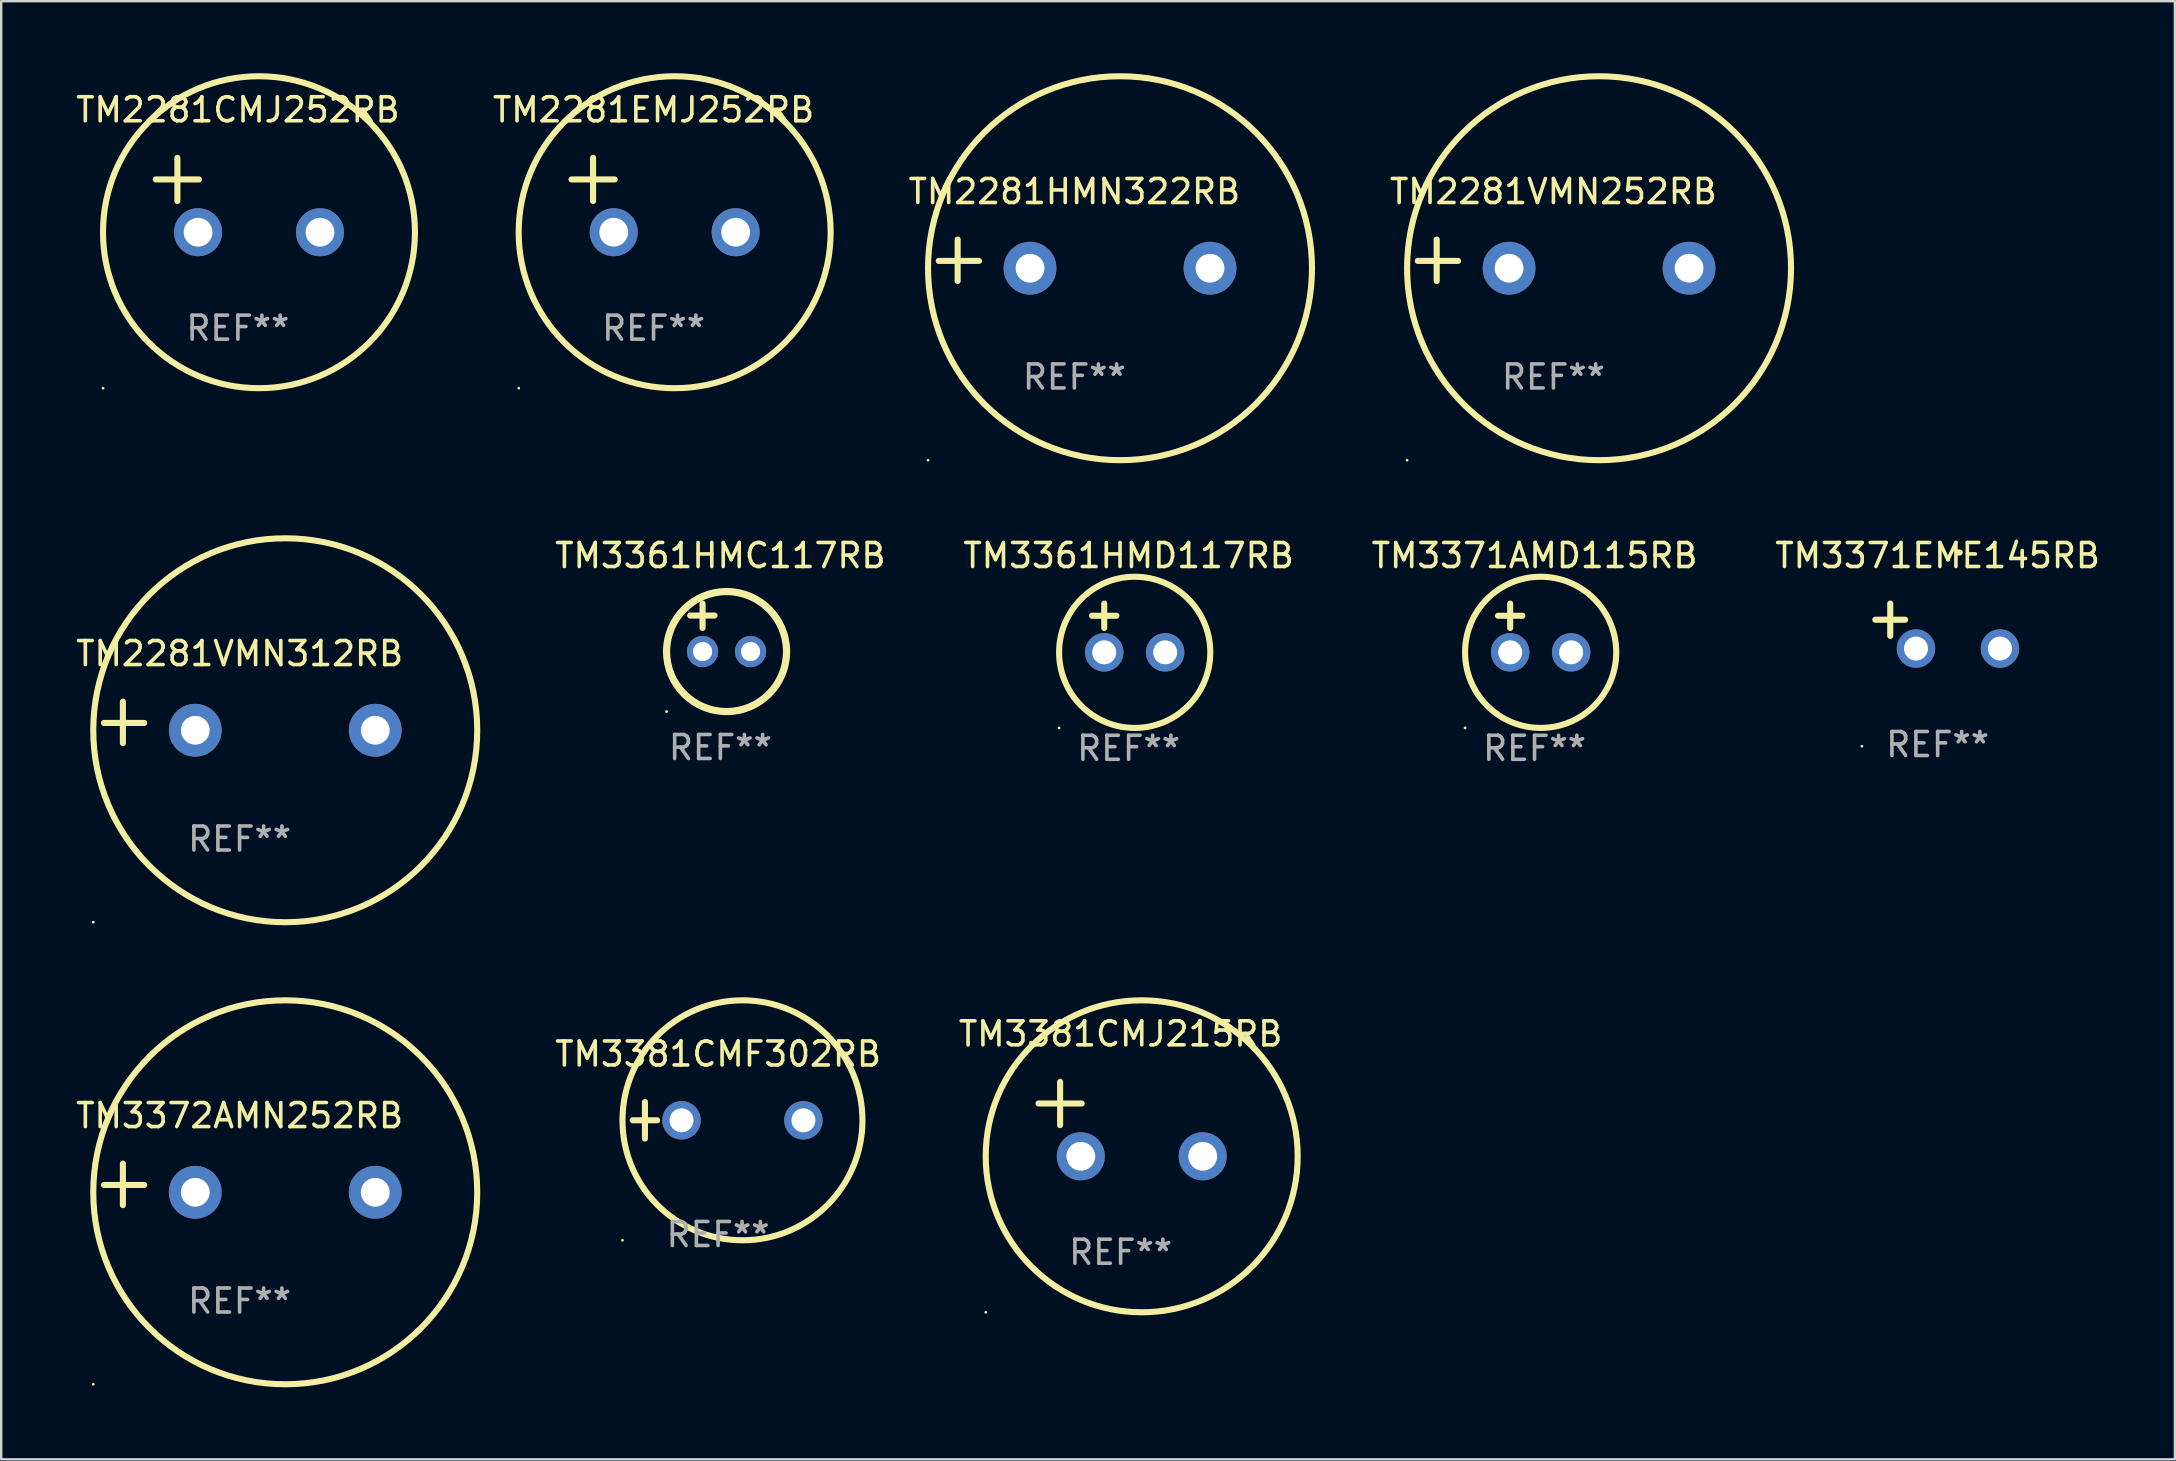
<source format=kicad_pcb>
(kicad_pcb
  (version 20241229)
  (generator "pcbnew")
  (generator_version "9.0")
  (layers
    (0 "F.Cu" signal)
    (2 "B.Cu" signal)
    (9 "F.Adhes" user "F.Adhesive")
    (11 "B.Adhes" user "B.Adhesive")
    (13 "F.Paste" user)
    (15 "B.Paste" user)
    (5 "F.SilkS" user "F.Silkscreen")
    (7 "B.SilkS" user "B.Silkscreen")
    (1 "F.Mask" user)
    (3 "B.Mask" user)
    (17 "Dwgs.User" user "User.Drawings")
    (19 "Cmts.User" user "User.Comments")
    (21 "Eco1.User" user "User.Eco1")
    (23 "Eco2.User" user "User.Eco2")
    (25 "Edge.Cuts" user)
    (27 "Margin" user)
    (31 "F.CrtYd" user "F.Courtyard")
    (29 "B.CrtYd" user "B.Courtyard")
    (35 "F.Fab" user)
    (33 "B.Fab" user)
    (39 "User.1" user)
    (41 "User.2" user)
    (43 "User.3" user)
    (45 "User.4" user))
  (footprint "TM3361HMC117RB"
    (layer "F.Cu")
    (at 26.969 23.102)
    (property "Reference" "TM3361HMC117RB" (at 0 -3 0) (layer "F.SilkS") (effects (font (size 1 1) (thickness 0.15))))
    (attr through_hole)
    (fp_line (start -1.258 -0.5) (end -0.242 -0.5) (stroke (width 0.254) (type solid)) (layer "F.SilkS"))
    (fp_line (start -0.742 -1) (end -0.742 0.016) (stroke (width 0.254) (type solid)) (layer "F.SilkS"))
    (fp_circle (center -2.242 3.5) (end -2.212 3.5) (stroke (width 0.06) (type solid)) (fill no) (layer "F.SilkS"))
    (fp_circle (center 0.258 1) (end 2.758 1) (stroke (width 0.3) (type solid)) (fill no) (layer "F.SilkS"))
    (fp_text user "REF**" (at 0 5 0) (layer "F.Fab") (effects (font (size 1 1) (thickness 0.15))))
    (pad "1" thru_hole circle (at -0.742 1) (size 1.3 1.3) (drill 0.8) (layers "*.Cu" "*.Mask"))
    (pad "2" thru_hole circle (at 1.258 1) (size 1.3 1.3) (drill 0.8) (layers "*.Cu" "*.Mask")))
  (footprint "TM2281VMN312RB"
    (layer "F.Cu")
    (at 6.935 27.051)
    (property "Reference" "TM2281VMN312RB" (at 0 -2.864 0) (layer "F.SilkS") (effects (font (size 1 1) (thickness 0.15))))
    (attr through_hole)
    (fp_line (start -4.864 0.864) (end -4.864 -0.864) (stroke (width 0.254) (type solid)) (layer "F.SilkS"))
    (fp_line (start -3.975 0.025) (end -5.652 0.025) (stroke (width 0.254) (type solid)) (layer "F.SilkS"))
    (fp_circle (center -6.098 8.33) (end -6.068 8.33) (stroke (width 0.06) (type solid)) (fill no) (layer "F.SilkS"))
    (fp_circle (center 1.902 0.33) (end 9.902 0.33) (stroke (width 0.254) (type solid)) (fill no) (layer "F.SilkS"))
    (fp_text user "REF**" (at 0 4.864 0) (layer "F.Fab") (effects (font (size 1 1) (thickness 0.15))))
    (pad "1" thru_hole circle (at -1.848 0.33) (size 2.2 2.2) (drill 1.2) (layers "*.Cu" "*.Mask"))
    (pad "2" thru_hole circle (at 5.652 0.33) (size 2.2 2.2) (drill 1.2) (layers "*.Cu" "*.Mask")))
  (footprint "TM3381CMJ215RB"
    (layer "F.Cu")
    (at 43.648 43.585)
    (property "Reference" "TM3381CMJ215RB" (at 0 -3.55 0) (layer "F.SilkS") (effects (font (size 1 1) (thickness 0.15))))
    (attr through_hole)
    (fp_line (start -3.421 -0.65) (end -1.621 -0.65) (stroke (width 0.254) (type solid)) (layer "F.SilkS"))
    (fp_line (start -2.521 -1.55) (end -2.521 0.25) (stroke (width 0.254) (type solid)) (layer "F.SilkS"))
    (fp_circle (center -5.619 8.05) (end -5.589 8.05) (stroke (width 0.06) (type solid)) (fill no) (layer "F.SilkS"))
    (fp_circle (center 0.879 1.55) (end 7.379 1.55) (stroke (width 0.254) (type solid)) (fill no) (layer "F.SilkS"))
    (fp_text user "REF**" (at 0 5.55 0) (layer "F.Fab") (effects (font (size 1 1) (thickness 0.15))))
    (pad "1" thru_hole circle (at -1.659 1.55) (size 2 2) (drill 1.2) (layers "*.Cu" "*.Mask"))
    (pad "2" thru_hole circle (at 3.421 1.55) (size 2 2) (drill 1.2) (layers "*.Cu" "*.Mask")))
  (footprint "TM2281EMJ252RB"
    (layer "F.Cu")
    (at 24.185 5.077)
    (property "Reference" "TM2281EMJ252RB" (at 0 -3.55 0) (layer "F.SilkS") (effects (font (size 1 1) (thickness 0.15))))
    (attr through_hole)
    (fp_line (start -3.421 -0.65) (end -1.621 -0.65) (stroke (width 0.254) (type solid)) (layer "F.SilkS"))
    (fp_line (start -2.521 -1.55) (end -2.521 0.25) (stroke (width 0.254) (type solid)) (layer "F.SilkS"))
    (fp_circle (center -5.619 8.05) (end -5.589 8.05) (stroke (width 0.06) (type solid)) (fill no) (layer "F.SilkS"))
    (fp_circle (center 0.879 1.55) (end 7.379 1.55) (stroke (width 0.254) (type solid)) (fill no) (layer "F.SilkS"))
    (fp_text user "REF**" (at 0 5.55 0) (layer "F.Fab") (effects (font (size 1 1) (thickness 0.15))))
    (pad "1" thru_hole circle (at -1.659 1.55) (size 2 2) (drill 1.2) (layers "*.Cu" "*.Mask"))
    (pad "2" thru_hole circle (at 3.421 1.55) (size 2 2) (drill 1.2) (layers "*.Cu" "*.Mask")))
  (footprint "TM3372AMN252RB"
    (layer "F.Cu")
    (at 6.935 46.305)
    (property "Reference" "TM3372AMN252RB" (at 0 -2.864 0) (layer "F.SilkS") (effects (font (size 1 1) (thickness 0.15))))
    (attr through_hole)
    (fp_line (start -4.864 0.864) (end -4.864 -0.864) (stroke (width 0.254) (type solid)) (layer "F.SilkS"))
    (fp_line (start -3.975 0.025) (end -5.652 0.025) (stroke (width 0.254) (type solid)) (layer "F.SilkS"))
    (fp_circle (center -6.098 8.33) (end -6.068 8.33) (stroke (width 0.06) (type solid)) (fill no) (layer "F.SilkS"))
    (fp_circle (center 1.902 0.33) (end 9.902 0.33) (stroke (width 0.254) (type solid)) (fill no) (layer "F.SilkS"))
    (fp_text user "REF**" (at 0 4.864 0) (layer "F.Fab") (effects (font (size 1 1) (thickness 0.15))))
    (pad "1" thru_hole circle (at -1.848 0.33) (size 2.2 2.2) (drill 1.2) (layers "*.Cu" "*.Mask"))
    (pad "2" thru_hole circle (at 5.652 0.33) (size 2.2 2.2) (drill 1.2) (layers "*.Cu" "*.Mask")))
  (footprint "TM3371AMD115RB"
    (layer "F.Cu")
    (at 60.898 23.118)
    (property "Reference" "TM3371AMD115RB" (at 0 -3.016 0) (layer "F.SilkS") (effects (font (size 1 1) (thickness 0.15))))
    (attr through_hole)
    (fp_line (start -1.524 -0.508) (end -0.508 -0.508) (stroke (width 0.254) (type solid)) (layer "F.SilkS"))
    (fp_line (start -1.016 -1.016) (end -1.016 0) (stroke (width 0.254) (type solid)) (layer "F.SilkS"))
    (fp_circle (center -2.896 4.166) (end -2.866 4.166) (stroke (width 0.06) (type solid)) (fill no) (layer "F.SilkS"))
    (fp_circle (center 0.254 1.016) (end 3.404 1.016) (stroke (width 0.254) (type solid)) (fill no) (layer "F.SilkS"))
    (fp_text user "REF**" (at 0 5.016 0) (layer "F.Fab") (effects (font (size 1 1) (thickness 0.15))))
    (pad "1" thru_hole circle (at -1.016 1.016) (size 1.6 1.6) (drill 1) (layers "*.Cu" "*.Mask"))
    (pad "2" thru_hole circle (at 1.524 1.016) (size 1.6 1.6) (drill 1) (layers "*.Cu" "*.Mask")))
  (footprint "TM2281VMN252RB"
    (layer "F.Cu")
    (at 61.684 7.797)
    (property "Reference" "TM2281VMN252RB" (at 0 -2.864 0) (layer "F.SilkS") (effects (font (size 1 1) (thickness 0.15))))
    (attr through_hole)
    (fp_line (start -4.864 0.864) (end -4.864 -0.864) (stroke (width 0.254) (type solid)) (layer "F.SilkS"))
    (fp_line (start -3.975 0.025) (end -5.652 0.025) (stroke (width 0.254) (type solid)) (layer "F.SilkS"))
    (fp_circle (center -6.098 8.33) (end -6.068 8.33) (stroke (width 0.06) (type solid)) (fill no) (layer "F.SilkS"))
    (fp_circle (center 1.902 0.33) (end 9.902 0.33) (stroke (width 0.254) (type solid)) (fill no) (layer "F.SilkS"))
    (fp_text user "REF**" (at 0 4.864 0) (layer "F.Fab") (effects (font (size 1 1) (thickness 0.15))))
    (pad "1" thru_hole circle (at -1.848 0.33) (size 2.2 2.2) (drill 1.2) (layers "*.Cu" "*.Mask"))
    (pad "2" thru_hole circle (at 5.652 0.33) (size 2.2 2.2) (drill 1.2) (layers "*.Cu" "*.Mask")))
  (footprint "TM3381CMF302RB"
    (layer "F.Cu")
    (at 26.874 43.635)
    (property "Reference" "TM3381CMF302RB" (at 0 -2.762 0) (layer "F.SilkS") (effects (font (size 1 1) (thickness 0.15))))
    (attr through_hole)
    (fp_line (start -3.556 0) (end -2.54 0) (stroke (width 0.254) (type solid)) (layer "F.SilkS"))
    (fp_line (start -3.048 -0.762) (end -3.048 0.762) (stroke (width 0.254) (type solid)) (layer "F.SilkS"))
    (fp_circle (center -3.984 5) (end -3.954 5) (stroke (width 0.06) (type solid)) (fill no) (layer "F.SilkS"))
    (fp_circle (center 1.016 0) (end 6.016 0) (stroke (width 0.254) (type solid)) (fill no) (layer "F.SilkS"))
    (fp_text user "REF**" (at 0 4.762 0) (layer "F.Fab") (effects (font (size 1 1) (thickness 0.15))))
    (pad "1" thru_hole circle (at -1.524 0) (size 1.6 1.6) (drill 1) (layers "*.Cu" "*.Mask"))
    (pad "2" thru_hole circle (at 3.556 0) (size 1.6 1.6) (drill 1) (layers "*.Cu" "*.Mask")))
  (footprint "TM3361HMD117RB"
    (layer "F.Cu")
    (at 43.981 23.118)
    (property "Reference" "TM3361HMD117RB" (at 0 -3.016 0) (layer "F.SilkS") (effects (font (size 1 1) (thickness 0.15))))
    (attr through_hole)
    (fp_line (start -1.524 -0.508) (end -0.508 -0.508) (stroke (width 0.254) (type solid)) (layer "F.SilkS"))
    (fp_line (start -1.016 -1.016) (end -1.016 0) (stroke (width 0.254) (type solid)) (layer "F.SilkS"))
    (fp_circle (center -2.896 4.166) (end -2.866 4.166) (stroke (width 0.06) (type solid)) (fill no) (layer "F.SilkS"))
    (fp_circle (center 0.254 1.016) (end 3.404 1.016) (stroke (width 0.254) (type solid)) (fill no) (layer "F.SilkS"))
    (fp_text user "REF**" (at 0 5.016 0) (layer "F.Fab") (effects (font (size 1 1) (thickness 0.15))))
    (pad "1" thru_hole circle (at -1.016 1.016) (size 1.6 1.6) (drill 1) (layers "*.Cu" "*.Mask"))
    (pad "2" thru_hole circle (at 1.524 1.016) (size 1.6 1.6) (drill 1) (layers "*.Cu" "*.Mask")))
  (footprint "TM2281HMN322RB"
    (layer "F.Cu")
    (at 41.721 7.797)
    (property "Reference" "TM2281HMN322RB" (at 0 -2.864 0) (layer "F.SilkS") (effects (font (size 1 1) (thickness 0.15))))
    (attr through_hole)
    (fp_line (start -4.864 0.864) (end -4.864 -0.864) (stroke (width 0.254) (type solid)) (layer "F.SilkS"))
    (fp_line (start -3.975 0.025) (end -5.652 0.025) (stroke (width 0.254) (type solid)) (layer "F.SilkS"))
    (fp_circle (center -6.098 8.33) (end -6.068 8.33) (stroke (width 0.06) (type solid)) (fill no) (layer "F.SilkS"))
    (fp_circle (center 1.902 0.33) (end 9.902 0.33) (stroke (width 0.254) (type solid)) (fill no) (layer "F.SilkS"))
    (fp_text user "REF**" (at 0 4.864 0) (layer "F.Fab") (effects (font (size 1 1) (thickness 0.15))))
    (pad "1" thru_hole circle (at -1.848 0.33) (size 2.2 2.2) (drill 1.2) (layers "*.Cu" "*.Mask"))
    (pad "2" thru_hole circle (at 5.652 0.33) (size 2.2 2.2) (drill 1.2) (layers "*.Cu" "*.Mask")))
  (footprint "TM2281CMJ252RB"
    (layer "F.Cu")
    (at 6.863 5.077)
    (property "Reference" "TM2281CMJ252RB" (at 0 -3.55 0) (layer "F.SilkS") (effects (font (size 1 1) (thickness 0.15))))
    (attr through_hole)
    (fp_line (start -3.421 -0.65) (end -1.621 -0.65) (stroke (width 0.254) (type solid)) (layer "F.SilkS"))
    (fp_line (start -2.521 -1.55) (end -2.521 0.25) (stroke (width 0.254) (type solid)) (layer "F.SilkS"))
    (fp_circle (center -5.619 8.05) (end -5.589 8.05) (stroke (width 0.06) (type solid)) (fill no) (layer "F.SilkS"))
    (fp_circle (center 0.879 1.55) (end 7.379 1.55) (stroke (width 0.254) (type solid)) (fill no) (layer "F.SilkS"))
    (fp_text user "REF**" (at 0 5.55 0) (layer "F.Fab") (effects (font (size 1 1) (thickness 0.15))))
    (pad "1" thru_hole circle (at -1.659 1.55) (size 2 2) (drill 1.2) (layers "*.Cu" "*.Mask"))
    (pad "2" thru_hole circle (at 3.421 1.55) (size 2 2) (drill 1.2) (layers "*.Cu" "*.Mask")))
  (footprint "TM3371EME145RB"
    (layer "F.Cu")
    (at 77.695 23.039)
    (property "Reference" "TM3371EME145RB" (at 0 -2.937 0) (layer "F.SilkS") (effects (font (size 1 1) (thickness 0.15))))
    (attr through_hole)
    (fp_line (start -1.975 0.41) (end -1.975 -0.937) (stroke (width 0.254) (type solid)) (layer "F.SilkS"))
    (fp_line (start -1.353 -0.263) (end -2.597 -0.263) (stroke (width 0.254) (type solid)) (layer "F.SilkS"))
    (fp_arc (start 0.849809 -3.063957) (mid 0.885369 -3.064114) (end 0.920929 -3.063957) (stroke (width 0.254001) (type solid)) (layer "F.SilkS"))
    (fp_circle (center -3.154 5.008) (end -3.124 5.008) (stroke (width 0.06) (type solid)) (fill no) (layer "F.SilkS"))
    (fp_text user "REF**" (at 0 4.937 0) (layer "F.Fab") (effects (font (size 1 1) (thickness 0.15))))
    (pad "1" thru_hole circle (at -0.903 0.937) (size 1.6 1.6) (drill 1) (layers "*.Cu" "*.Mask"))
    (pad "2" thru_hole circle (at 2.597 0.937) (size 1.6 1.6) (drill 1) (layers "*.Cu" "*.Mask")))
  (gr_rect
    (start -3 -3)
    (end 87.582 57.762)
    (stroke (width 0.1) (type default))
    (fill no)
    (layer "Edge.Cuts")))
</source>
